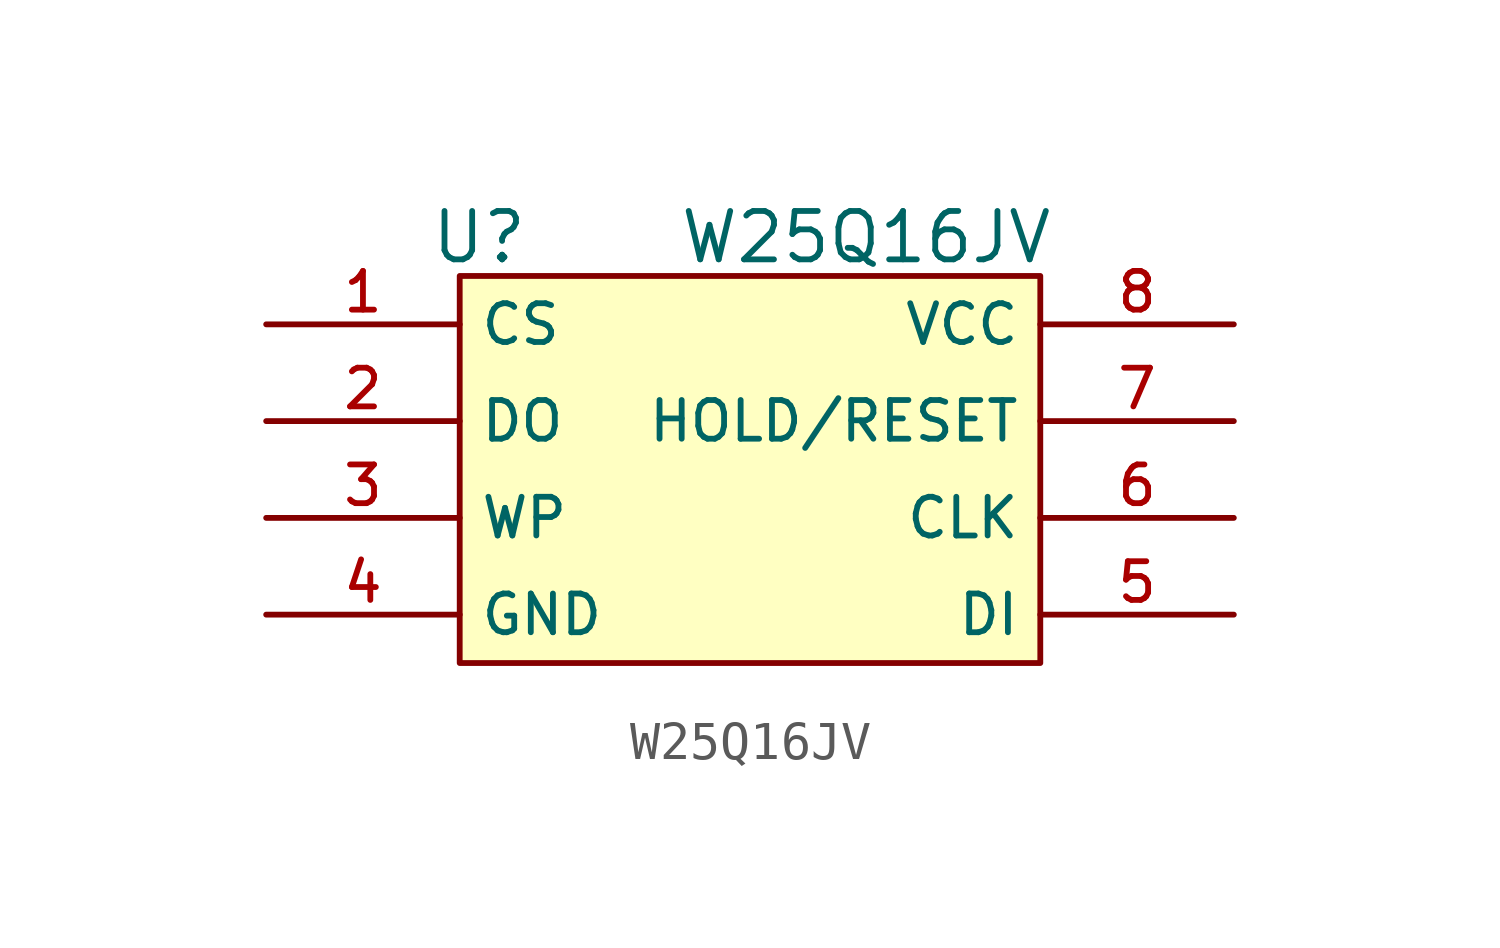
<source format=kicad_sym>
(kicad_symbol_lib
  (version 20231120)
  (generator "kicad_symbol_editor")
  (generator_version "8.0")
  (symbol "W25Q16JV"
    (property "Reference" "U"
      (at -7.112 6.096 0)
      (effects (font (size 1.27 1.27))))
    (property "Value" "W25Q16JV"
      (at 3.048 6.096 0)
      (effects (font (size 1.27 1.27))))
    (symbol "W25Q16JV_1_0"
      (pin input line (at -12.7 3.81 0) (length 5.08) (name "CS" (effects (font (size 1.016 1.016)))) (number "1" (effects (font (size 1.016 1.016)))))
      (pin bidirectional line (at -12.7 1.27 0) (length 5.08) (name "DO" (effects (font (size 1.016 1.016)))) (number "2" (effects (font (size 1.016 1.016)))))
      (pin bidirectional line (at -12.7 -1.27 0) (length 5.08) (name "WP" (effects (font (size 1.016 1.016)))) (number "3" (effects (font (size 1.016 1.016)))))
      (pin power_in line (at -12.7 -3.81 0) (length 5.08) (name "GND" (effects (font (size 1.016 1.016)))) (number "4" (effects (font (size 1.016 1.016)))))
      (pin bidirectional line (at 12.7 -3.81 180) (length 5.08) (name "DI" (effects (font (size 1.016 1.016)))) (number "5" (effects (font (size 1.016 1.016)))))
      (pin input line (at 12.7 -1.27 180) (length 5.08) (name "CLK" (effects (font (size 1.016 1.016)))) (number "6" (effects (font (size 1.016 1.016)))))
      (pin bidirectional line (at 12.7 1.27 180) (length 5.08) (name "HOLD/RESET" (effects (font (size 1.016 1.016)))) (number "7" (effects (font (size 1.016 1.016)))))
      (pin power_in line (at 12.7 3.81 180) (length 5.08) (name "VCC" (effects (font (size 1.016 1.016)))) (number "8" (effects (font (size 1.016 1.016))))))
    (symbol "W25Q16JV_1_1"
      (rectangle (start -7.62 5.08) (end 7.62 -5.08) (stroke (width 0) (type default)) (fill (type background))))))
</source>
